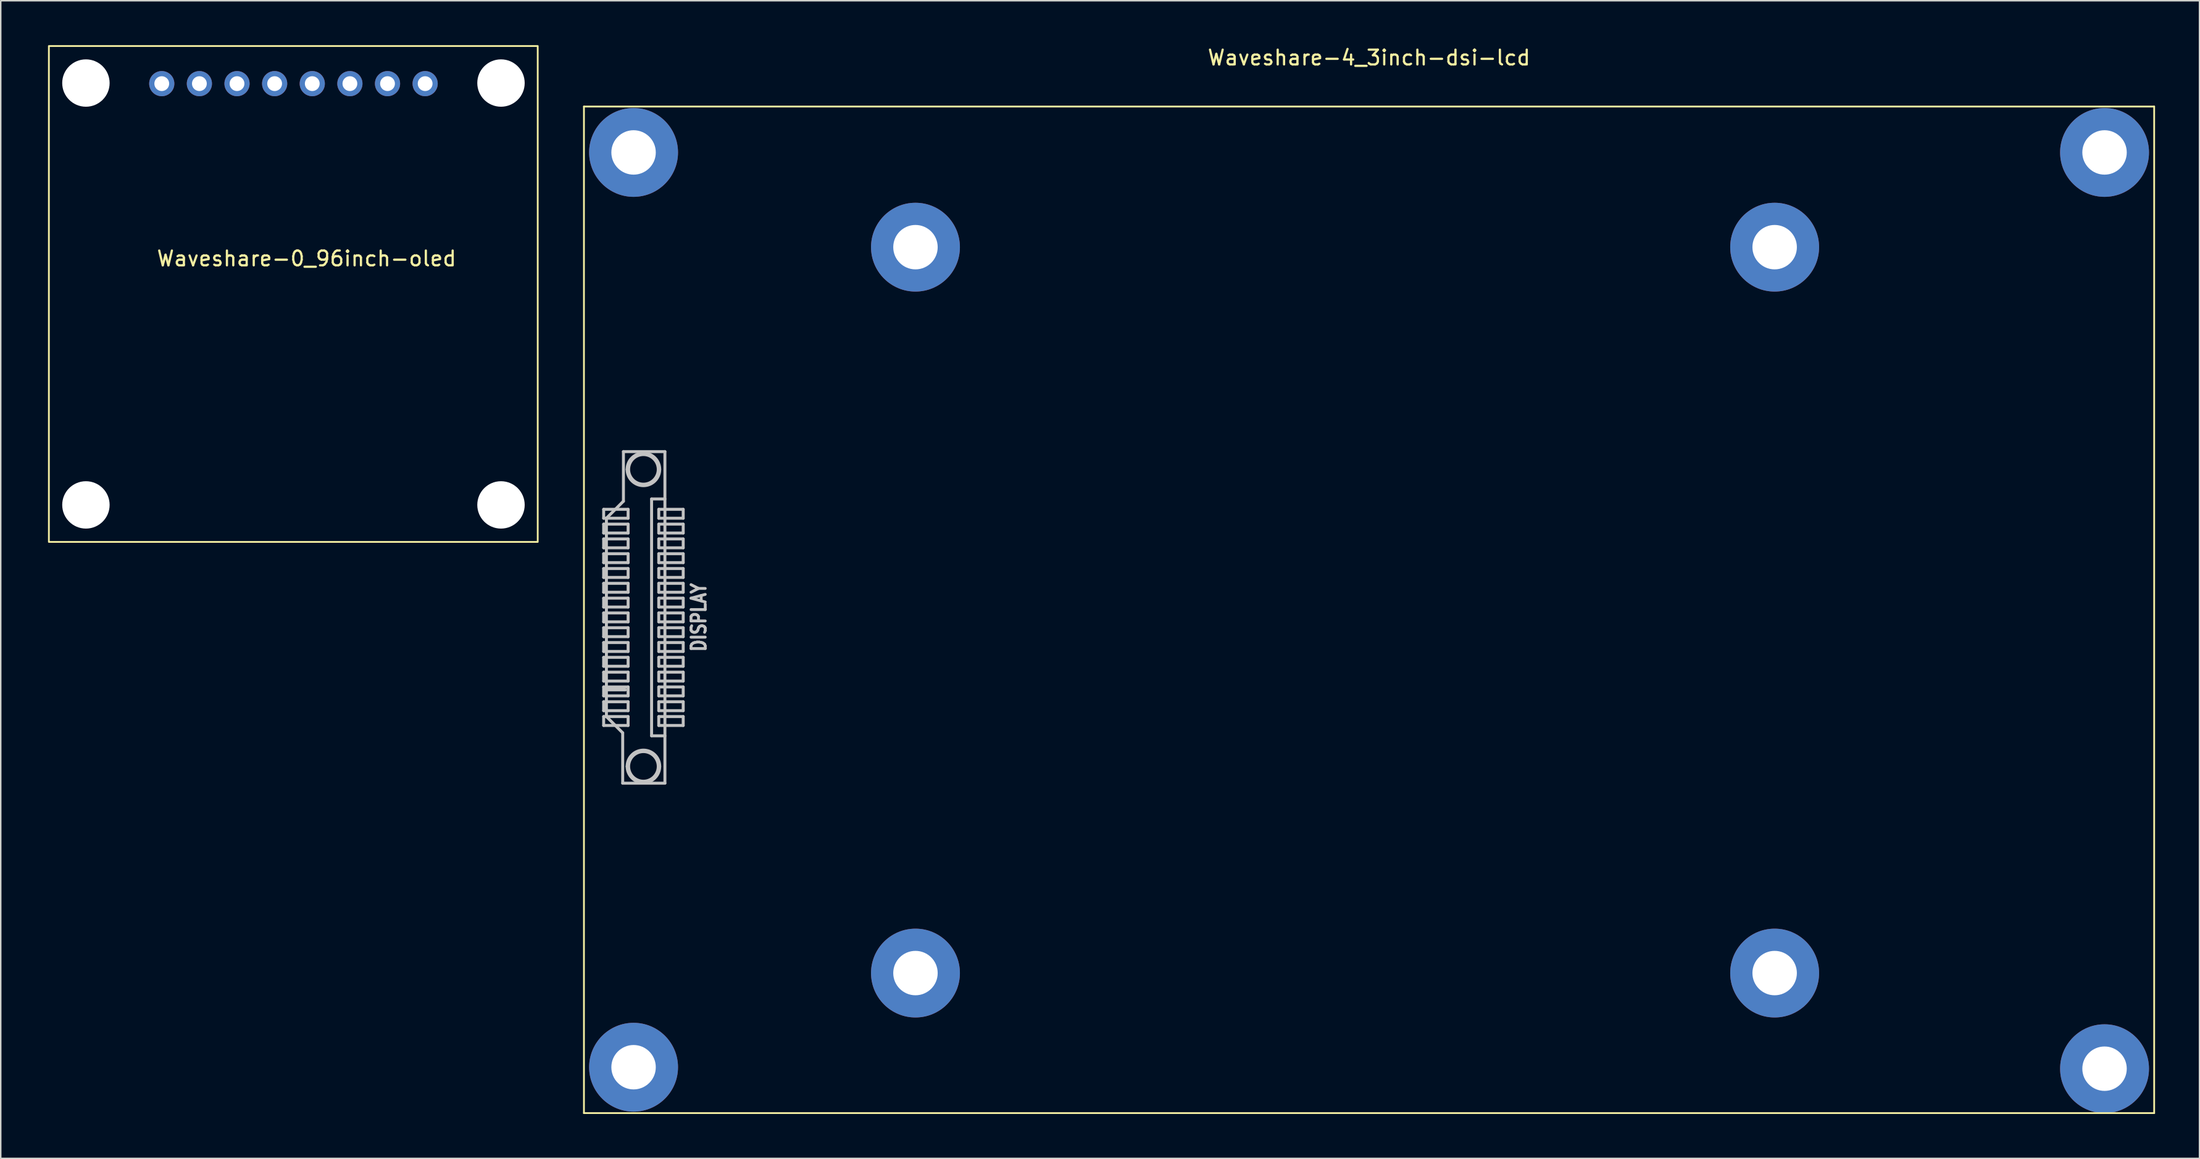
<source format=kicad_pcb>
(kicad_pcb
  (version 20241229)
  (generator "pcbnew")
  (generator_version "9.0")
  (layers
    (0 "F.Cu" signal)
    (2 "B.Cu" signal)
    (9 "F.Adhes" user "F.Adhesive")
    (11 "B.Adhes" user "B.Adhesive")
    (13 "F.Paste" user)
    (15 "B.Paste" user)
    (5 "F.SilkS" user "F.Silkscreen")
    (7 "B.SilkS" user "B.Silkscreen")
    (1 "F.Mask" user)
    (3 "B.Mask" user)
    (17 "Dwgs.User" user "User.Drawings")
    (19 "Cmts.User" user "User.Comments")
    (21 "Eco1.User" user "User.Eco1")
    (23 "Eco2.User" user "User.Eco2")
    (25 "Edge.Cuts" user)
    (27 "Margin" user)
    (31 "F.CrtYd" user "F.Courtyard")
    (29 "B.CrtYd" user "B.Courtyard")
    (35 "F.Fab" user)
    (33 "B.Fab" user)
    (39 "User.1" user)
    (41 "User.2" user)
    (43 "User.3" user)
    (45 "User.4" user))
  (footprint "Waveshare-4_3inch-dsi-lcd"
    (layer "F.Cu")
    (at 89.37 38.148)
    (property "Reference" "Waveshare-4_3inch-dsi-lcd" (at 0 -37.3 0) (layer "F.SilkS") (effects (font (size 1 1) (thickness 0.15))))
    (attr through_hole)
    (fp_line (start -53 -34) (end 53 -34) (stroke (width 0.12) (type solid)) (layer "F.SilkS"))
    (fp_line (start -53 34) (end -53 -34) (stroke (width 0.12) (type solid)) (layer "F.SilkS"))
    (fp_line (start 53 -34) (end 53 34) (stroke (width 0.12) (type solid)) (layer "F.SilkS"))
    (fp_line (start 53 34) (end -53 34) (stroke (width 0.12) (type solid)) (layer "F.SilkS"))
    (fp_line (start -51.669 -6.788) (end -51.669 -6.188) (stroke (width 0.2) (type solid)) (layer "Dwgs.User"))
    (fp_line (start -51.669 -6.188) (end -50.019 -6.188) (stroke (width 0.2) (type solid)) (layer "Dwgs.User"))
    (fp_line (start -51.669 -5.788) (end -51.669 -5.188) (stroke (width 0.2) (type solid)) (layer "Dwgs.User"))
    (fp_line (start -51.669 -5.188) (end -50.019 -5.188) (stroke (width 0.2) (type solid)) (layer "Dwgs.User"))
    (fp_line (start -51.669 -4.788) (end -51.669 -4.188) (stroke (width 0.2) (type solid)) (layer "Dwgs.User"))
    (fp_line (start -51.669 -4.188) (end -50.019 -4.188) (stroke (width 0.2) (type solid)) (layer "Dwgs.User"))
    (fp_line (start -51.669 -3.788) (end -51.669 -3.188) (stroke (width 0.2) (type solid)) (layer "Dwgs.User"))
    (fp_line (start -51.669 -3.188) (end -50.019 -3.188) (stroke (width 0.2) (type solid)) (layer "Dwgs.User"))
    (fp_line (start -51.669 -2.788) (end -51.669 -2.188) (stroke (width 0.2) (type solid)) (layer "Dwgs.User"))
    (fp_line (start -51.669 -2.188) (end -50.019 -2.188) (stroke (width 0.2) (type solid)) (layer "Dwgs.User"))
    (fp_line (start -51.669 -1.788) (end -51.669 -1.188) (stroke (width 0.2) (type solid)) (layer "Dwgs.User"))
    (fp_line (start -51.669 -1.188) (end -50.019 -1.188) (stroke (width 0.2) (type solid)) (layer "Dwgs.User"))
    (fp_line (start -51.669 -0.788) (end -51.669 -0.188) (stroke (width 0.2) (type solid)) (layer "Dwgs.User"))
    (fp_line (start -51.669 -0.188) (end -50.019 -0.188) (stroke (width 0.2) (type solid)) (layer "Dwgs.User"))
    (fp_line (start -51.669 0.212) (end -51.669 0.812) (stroke (width 0.2) (type solid)) (layer "Dwgs.User"))
    (fp_line (start -51.669 0.812) (end -50.019 0.812) (stroke (width 0.2) (type solid)) (layer "Dwgs.User"))
    (fp_line (start -51.669 1.212) (end -51.669 1.812) (stroke (width 0.2) (type solid)) (layer "Dwgs.User"))
    (fp_line (start -51.669 1.812) (end -50.019 1.812) (stroke (width 0.2) (type solid)) (layer "Dwgs.User"))
    (fp_line (start -51.669 2.212) (end -51.669 2.812) (stroke (width 0.2) (type solid)) (layer "Dwgs.User"))
    (fp_line (start -51.669 2.812) (end -50.019 2.812) (stroke (width 0.2) (type solid)) (layer "Dwgs.User"))
    (fp_line (start -51.669 3.212) (end -51.669 3.812) (stroke (width 0.2) (type solid)) (layer "Dwgs.User"))
    (fp_line (start -51.669 3.812) (end -50.019 3.812) (stroke (width 0.2) (type solid)) (layer "Dwgs.User"))
    (fp_line (start -51.669 4.212) (end -51.669 4.812) (stroke (width 0.2) (type solid)) (layer "Dwgs.User"))
    (fp_line (start -51.669 4.812) (end -50.019 4.812) (stroke (width 0.2) (type solid)) (layer "Dwgs.User"))
    (fp_line (start -51.669 5.212) (end -51.669 5.812) (stroke (width 0.2) (type solid)) (layer "Dwgs.User"))
    (fp_line (start -51.669 5.812) (end -50.019 5.812) (stroke (width 0.2) (type solid)) (layer "Dwgs.User"))
    (fp_line (start -51.669 6.212) (end -51.669 6.812) (stroke (width 0.2) (type solid)) (layer "Dwgs.User"))
    (fp_line (start -51.669 6.812) (end -50.019 6.812) (stroke (width 0.2) (type solid)) (layer "Dwgs.User"))
    (fp_line (start -51.669 7.212) (end -51.669 7.812) (stroke (width 0.2) (type solid)) (layer "Dwgs.User"))
    (fp_line (start -51.669 7.812) (end -50.019 7.812) (stroke (width 0.2) (type solid)) (layer "Dwgs.User"))
    (fp_line (start -51.549 5.407) (end -50.199 5.407) (stroke (width 0.2) (type solid)) (layer "Dwgs.User"))
    (fp_line (start -51.484 -6.188) (end -50.334 -7.338) (stroke (width 0.2) (type solid)) (layer "Dwgs.User"))
    (fp_line (start -51.484 7.212) (end -51.484 -6.188) (stroke (width 0.2) (type solid)) (layer "Dwgs.User"))
    (fp_line (start -50.384 8.312) (end -51.484 7.212) (stroke (width 0.2) (type solid)) (layer "Dwgs.User"))
    (fp_line (start -50.384 11.712) (end -50.384 8.312) (stroke (width 0.2) (type solid)) (layer "Dwgs.User"))
    (fp_line (start -50.334 -10.688) (end -47.534 -10.688) (stroke (width 0.2) (type solid)) (layer "Dwgs.User"))
    (fp_line (start -50.334 -7.338) (end -50.334 -10.688) (stroke (width 0.2) (type solid)) (layer "Dwgs.User"))
    (fp_line (start -50.019 -6.788) (end -51.669 -6.788) (stroke (width 0.2) (type solid)) (layer "Dwgs.User"))
    (fp_line (start -50.019 -6.188) (end -50.019 -6.788) (stroke (width 0.2) (type solid)) (layer "Dwgs.User"))
    (fp_line (start -50.019 -5.788) (end -51.669 -5.788) (stroke (width 0.2) (type solid)) (layer "Dwgs.User"))
    (fp_line (start -50.019 -5.188) (end -50.019 -5.788) (stroke (width 0.2) (type solid)) (layer "Dwgs.User"))
    (fp_line (start -50.019 -4.788) (end -51.669 -4.788) (stroke (width 0.2) (type solid)) (layer "Dwgs.User"))
    (fp_line (start -50.019 -4.188) (end -50.019 -4.788) (stroke (width 0.2) (type solid)) (layer "Dwgs.User"))
    (fp_line (start -50.019 -3.788) (end -51.669 -3.788) (stroke (width 0.2) (type solid)) (layer "Dwgs.User"))
    (fp_line (start -50.019 -3.188) (end -50.019 -3.788) (stroke (width 0.2) (type solid)) (layer "Dwgs.User"))
    (fp_line (start -50.019 -2.788) (end -51.669 -2.788) (stroke (width 0.2) (type solid)) (layer "Dwgs.User"))
    (fp_line (start -50.019 -2.188) (end -50.019 -2.788) (stroke (width 0.2) (type solid)) (layer "Dwgs.User"))
    (fp_line (start -50.019 -1.788) (end -51.669 -1.788) (stroke (width 0.2) (type solid)) (layer "Dwgs.User"))
    (fp_line (start -50.019 -1.188) (end -50.019 -1.788) (stroke (width 0.2) (type solid)) (layer "Dwgs.User"))
    (fp_line (start -50.019 -0.788) (end -51.669 -0.788) (stroke (width 0.2) (type solid)) (layer "Dwgs.User"))
    (fp_line (start -50.019 -0.188) (end -50.019 -0.788) (stroke (width 0.2) (type solid)) (layer "Dwgs.User"))
    (fp_line (start -50.019 0.212) (end -51.669 0.212) (stroke (width 0.2) (type solid)) (layer "Dwgs.User"))
    (fp_line (start -50.019 0.812) (end -50.019 0.212) (stroke (width 0.2) (type solid)) (layer "Dwgs.User"))
    (fp_line (start -50.019 1.212) (end -51.669 1.212) (stroke (width 0.2) (type solid)) (layer "Dwgs.User"))
    (fp_line (start -50.019 1.812) (end -50.019 1.212) (stroke (width 0.2) (type solid)) (layer "Dwgs.User"))
    (fp_line (start -50.019 2.212) (end -51.669 2.212) (stroke (width 0.2) (type solid)) (layer "Dwgs.User"))
    (fp_line (start -50.019 2.812) (end -50.019 2.212) (stroke (width 0.2) (type solid)) (layer "Dwgs.User"))
    (fp_line (start -50.019 3.212) (end -51.669 3.212) (stroke (width 0.2) (type solid)) (layer "Dwgs.User"))
    (fp_line (start -50.019 3.812) (end -50.019 3.212) (stroke (width 0.2) (type solid)) (layer "Dwgs.User"))
    (fp_line (start -50.019 4.212) (end -51.669 4.212) (stroke (width 0.2) (type solid)) (layer "Dwgs.User"))
    (fp_line (start -50.019 4.812) (end -50.019 4.212) (stroke (width 0.2) (type solid)) (layer "Dwgs.User"))
    (fp_line (start -50.019 5.212) (end -51.669 5.212) (stroke (width 0.2) (type solid)) (layer "Dwgs.User"))
    (fp_line (start -50.019 5.812) (end -50.019 5.212) (stroke (width 0.2) (type solid)) (layer "Dwgs.User"))
    (fp_line (start -50.019 6.212) (end -51.669 6.212) (stroke (width 0.2) (type solid)) (layer "Dwgs.User"))
    (fp_line (start -50.019 6.812) (end -50.019 6.212) (stroke (width 0.2) (type solid)) (layer "Dwgs.User"))
    (fp_line (start -50.019 7.212) (end -51.669 7.212) (stroke (width 0.2) (type solid)) (layer "Dwgs.User"))
    (fp_line (start -50.019 7.812) (end -50.019 7.212) (stroke (width 0.2) (type solid)) (layer "Dwgs.User"))
    (fp_line (start -48.434 -7.488) (end -47.534 -7.488) (stroke (width 0.2) (type solid)) (layer "Dwgs.User"))
    (fp_line (start -48.434 8.512) (end -48.434 -7.488) (stroke (width 0.2) (type solid)) (layer "Dwgs.User"))
    (fp_line (start -47.949 -6.788) (end -47.949 -6.188) (stroke (width 0.2) (type solid)) (layer "Dwgs.User"))
    (fp_line (start -47.949 -6.188) (end -46.299 -6.188) (stroke (width 0.2) (type solid)) (layer "Dwgs.User"))
    (fp_line (start -47.949 -5.788) (end -47.949 -5.188) (stroke (width 0.2) (type solid)) (layer "Dwgs.User"))
    (fp_line (start -47.949 -5.188) (end -46.299 -5.188) (stroke (width 0.2) (type solid)) (layer "Dwgs.User"))
    (fp_line (start -47.949 -4.788) (end -47.949 -4.188) (stroke (width 0.2) (type solid)) (layer "Dwgs.User"))
    (fp_line (start -47.949 -4.188) (end -46.299 -4.188) (stroke (width 0.2) (type solid)) (layer "Dwgs.User"))
    (fp_line (start -47.949 -3.788) (end -47.949 -3.188) (stroke (width 0.2) (type solid)) (layer "Dwgs.User"))
    (fp_line (start -47.949 -3.188) (end -46.299 -3.188) (stroke (width 0.2) (type solid)) (layer "Dwgs.User"))
    (fp_line (start -47.949 -2.788) (end -47.949 -2.188) (stroke (width 0.2) (type solid)) (layer "Dwgs.User"))
    (fp_line (start -47.949 -2.188) (end -46.299 -2.188) (stroke (width 0.2) (type solid)) (layer "Dwgs.User"))
    (fp_line (start -47.949 -1.788) (end -47.949 -1.188) (stroke (width 0.2) (type solid)) (layer "Dwgs.User"))
    (fp_line (start -47.949 -1.188) (end -46.299 -1.188) (stroke (width 0.2) (type solid)) (layer "Dwgs.User"))
    (fp_line (start -47.949 -0.788) (end -47.949 -0.188) (stroke (width 0.2) (type solid)) (layer "Dwgs.User"))
    (fp_line (start -47.949 -0.188) (end -46.299 -0.188) (stroke (width 0.2) (type solid)) (layer "Dwgs.User"))
    (fp_line (start -47.949 0.212) (end -47.949 0.812) (stroke (width 0.2) (type solid)) (layer "Dwgs.User"))
    (fp_line (start -47.949 0.812) (end -46.299 0.812) (stroke (width 0.2) (type solid)) (layer "Dwgs.User"))
    (fp_line (start -47.949 1.212) (end -47.949 1.812) (stroke (width 0.2) (type solid)) (layer "Dwgs.User"))
    (fp_line (start -47.949 1.812) (end -46.299 1.812) (stroke (width 0.2) (type solid)) (layer "Dwgs.User"))
    (fp_line (start -47.949 2.212) (end -47.949 2.812) (stroke (width 0.2) (type solid)) (layer "Dwgs.User"))
    (fp_line (start -47.949 2.812) (end -46.299 2.812) (stroke (width 0.2) (type solid)) (layer "Dwgs.User"))
    (fp_line (start -47.949 3.212) (end -47.949 3.812) (stroke (width 0.2) (type solid)) (layer "Dwgs.User"))
    (fp_line (start -47.949 3.812) (end -46.299 3.812) (stroke (width 0.2) (type solid)) (layer "Dwgs.User"))
    (fp_line (start -47.949 4.212) (end -47.949 4.812) (stroke (width 0.2) (type solid)) (layer "Dwgs.User"))
    (fp_line (start -47.949 4.812) (end -46.299 4.812) (stroke (width 0.2) (type solid)) (layer "Dwgs.User"))
    (fp_line (start -47.949 5.212) (end -47.949 5.812) (stroke (width 0.2) (type solid)) (layer "Dwgs.User"))
    (fp_line (start -47.949 5.812) (end -46.299 5.812) (stroke (width 0.2) (type solid)) (layer "Dwgs.User"))
    (fp_line (start -47.949 6.212) (end -47.949 6.812) (stroke (width 0.2) (type solid)) (layer "Dwgs.User"))
    (fp_line (start -47.949 6.812) (end -46.299 6.812) (stroke (width 0.2) (type solid)) (layer "Dwgs.User"))
    (fp_line (start -47.949 7.212) (end -47.949 7.812) (stroke (width 0.2) (type solid)) (layer "Dwgs.User"))
    (fp_line (start -47.949 7.812) (end -46.299 7.812) (stroke (width 0.2) (type solid)) (layer "Dwgs.User"))
    (fp_line (start -47.534 -10.688) (end -47.534 11.712) (stroke (width 0.2) (type solid)) (layer "Dwgs.User"))
    (fp_line (start -47.534 8.512) (end -48.434 8.512) (stroke (width 0.2) (type solid)) (layer "Dwgs.User"))
    (fp_line (start -47.534 11.712) (end -50.384 11.712) (stroke (width 0.2) (type solid)) (layer "Dwgs.User"))
    (fp_line (start -46.299 -6.788) (end -47.949 -6.788) (stroke (width 0.2) (type solid)) (layer "Dwgs.User"))
    (fp_line (start -46.299 -6.188) (end -46.299 -6.788) (stroke (width 0.2) (type solid)) (layer "Dwgs.User"))
    (fp_line (start -46.299 -5.788) (end -47.949 -5.788) (stroke (width 0.2) (type solid)) (layer "Dwgs.User"))
    (fp_line (start -46.299 -5.188) (end -46.299 -5.788) (stroke (width 0.2) (type solid)) (layer "Dwgs.User"))
    (fp_line (start -46.299 -4.788) (end -47.949 -4.788) (stroke (width 0.2) (type solid)) (layer "Dwgs.User"))
    (fp_line (start -46.299 -4.188) (end -46.299 -4.788) (stroke (width 0.2) (type solid)) (layer "Dwgs.User"))
    (fp_line (start -46.299 -3.788) (end -47.949 -3.788) (stroke (width 0.2) (type solid)) (layer "Dwgs.User"))
    (fp_line (start -46.299 -3.188) (end -46.299 -3.788) (stroke (width 0.2) (type solid)) (layer "Dwgs.User"))
    (fp_line (start -46.299 -2.788) (end -47.949 -2.788) (stroke (width 0.2) (type solid)) (layer "Dwgs.User"))
    (fp_line (start -46.299 -2.188) (end -46.299 -2.788) (stroke (width 0.2) (type solid)) (layer "Dwgs.User"))
    (fp_line (start -46.299 -1.788) (end -47.949 -1.788) (stroke (width 0.2) (type solid)) (layer "Dwgs.User"))
    (fp_line (start -46.299 -1.188) (end -46.299 -1.788) (stroke (width 0.2) (type solid)) (layer "Dwgs.User"))
    (fp_line (start -46.299 -0.788) (end -47.949 -0.788) (stroke (width 0.2) (type solid)) (layer "Dwgs.User"))
    (fp_line (start -46.299 -0.188) (end -46.299 -0.788) (stroke (width 0.2) (type solid)) (layer "Dwgs.User"))
    (fp_line (start -46.299 0.212) (end -47.949 0.212) (stroke (width 0.2) (type solid)) (layer "Dwgs.User"))
    (fp_line (start -46.299 0.812) (end -46.299 0.212) (stroke (width 0.2) (type solid)) (layer "Dwgs.User"))
    (fp_line (start -46.299 1.212) (end -47.949 1.212) (stroke (width 0.2) (type solid)) (layer "Dwgs.User"))
    (fp_line (start -46.299 1.812) (end -46.299 1.212) (stroke (width 0.2) (type solid)) (layer "Dwgs.User"))
    (fp_line (start -46.299 2.212) (end -47.949 2.212) (stroke (width 0.2) (type solid)) (layer "Dwgs.User"))
    (fp_line (start -46.299 2.812) (end -46.299 2.212) (stroke (width 0.2) (type solid)) (layer "Dwgs.User"))
    (fp_line (start -46.299 3.212) (end -47.949 3.212) (stroke (width 0.2) (type solid)) (layer "Dwgs.User"))
    (fp_line (start -46.299 3.812) (end -46.299 3.212) (stroke (width 0.2) (type solid)) (layer "Dwgs.User"))
    (fp_line (start -46.299 4.212) (end -47.949 4.212) (stroke (width 0.2) (type solid)) (layer "Dwgs.User"))
    (fp_line (start -46.299 4.812) (end -46.299 4.212) (stroke (width 0.2) (type solid)) (layer "Dwgs.User"))
    (fp_line (start -46.299 5.212) (end -47.949 5.212) (stroke (width 0.2) (type solid)) (layer "Dwgs.User"))
    (fp_line (start -46.299 5.812) (end -46.299 5.212) (stroke (width 0.2) (type solid)) (layer "Dwgs.User"))
    (fp_line (start -46.299 6.212) (end -47.949 6.212) (stroke (width 0.2) (type solid)) (layer "Dwgs.User"))
    (fp_line (start -46.299 6.812) (end -46.299 6.212) (stroke (width 0.2) (type solid)) (layer "Dwgs.User"))
    (fp_line (start -46.299 7.212) (end -47.949 7.212) (stroke (width 0.2) (type solid)) (layer "Dwgs.User"))
    (fp_line (start -46.299 7.812) (end -46.299 7.212) (stroke (width 0.2) (type solid)) (layer "Dwgs.User"))
    (fp_arc (start -50.084312 -9.487917) (mid -48.984312 -10.587917) (end -47.884312 -9.487917) (stroke (width 0.2) (type solid)) (layer "Dwgs.User"))
    (fp_arc (start -50.084312 10.578083) (mid -48.984312 9.478083) (end -47.884312 10.578083) (stroke (width 0.2) (type solid)) (layer "Dwgs.User"))
    (fp_arc (start -47.884312 -9.487917) (mid -48.984312 -8.387917) (end -50.084312 -9.487917) (stroke (width 0.2) (type solid)) (layer "Dwgs.User"))
    (fp_arc (start -47.884312 10.578083) (mid -48.984312 11.678083) (end -50.084312 10.578083) (stroke (width 0.2) (type solid)) (layer "Dwgs.User"))
    (fp_circle (center -48.984 -9.488) (end -47.984 -9.488) (stroke (width 0.2) (type solid)) (fill no) (layer "Dwgs.User"))
    (fp_circle (center -48.984 10.578) (end -47.984 10.578) (stroke (width 0.2) (type solid)) (fill no) (layer "Dwgs.User"))
    (fp_text user "DISPLAY" (at -44.684 0.512 270) (layer "Dwgs.User") (effects (font (size 0.96 0.768) (thickness 0.2)) (justify bottom)))
    (pad "" thru_hole circle (at -49.65 -30.9) (size 6 6) (drill 3) (layers "*.Cu" "*.Mask"))
    (pad "" thru_hole circle (at -49.65 30.9) (size 6 6) (drill 3) (layers "*.Cu" "*.Mask"))
    (pad "" thru_hole circle (at -30.62 -24.5) (size 6 6) (drill 3) (layers "*.Cu" "*.Mask"))
    (pad "" thru_hole circle (at -30.62 24.54) (size 6 6) (drill 3) (layers "*.Cu" "*.Mask"))
    (pad "" thru_hole circle (at 27.38 -24.5) (size 6 6) (drill 3) (layers "*.Cu" "*.Mask"))
    (pad "" thru_hole circle (at 27.38 24.54) (size 6 6) (drill 3) (layers "*.Cu" "*.Mask"))
    (pad "" thru_hole circle (at 49.65 -30.9) (size 6 6) (drill 3) (layers "*.Cu" "*.Mask"))
    (pad "" thru_hole circle (at 49.65 31) (size 6 6) (drill 3) (layers "*.Cu" "*.Mask")))
  (footprint "Waveshare-0_96inch-oled"
    (layer "F.Cu")
    (at 0.25 33.56)
    (property "Reference" "Waveshare-0_96inch-oled" (at 17.4 -19.14 0) (unlocked yes) (layer "F.SilkS") (effects (font (size 1 1) (thickness 0.15))))
    (attr through_hole)
    (fp_rect (start 0 0) (end 33 -33.5) (stroke (width 0.12) (type solid)) (fill no) (layer "F.SilkS"))
    (pad "" np_thru_hole circle (at 2.5 -31 90) (size 3.2 3.2) (drill 3.2) (layers "*.Cu" "*.Mask"))
    (pad "" np_thru_hole circle (at 2.5 -2.5 90) (size 3.2 3.2) (drill 3.2) (layers "*.Cu" "*.Mask"))
    (pad "" np_thru_hole circle (at 30.52 -31 90) (size 3.2 3.2) (drill 3.2) (layers "*.Cu" "*.Mask"))
    (pad "" np_thru_hole circle (at 30.52 -2.5 90) (size 3.2 3.2) (drill 3.2) (layers "*.Cu" "*.Mask"))
    (pad "1" thru_hole circle (at 7.62 -30.96 90) (size 1.7 1.7) (drill 1) (layers "*.Cu" "*.Mask"))
    (pad "2" thru_hole circle (at 10.16 -30.96 90) (size 1.7 1.7) (drill 1) (layers "*.Cu" "*.Mask"))
    (pad "3" thru_hole circle (at 12.7 -30.96 90) (size 1.7 1.7) (drill 1) (layers "*.Cu" "*.Mask"))
    (pad "4" thru_hole circle (at 15.24 -30.96 90) (size 1.7 1.7) (drill 1) (layers "*.Cu" "*.Mask"))
    (pad "5" thru_hole circle (at 17.78 -30.96 90) (size 1.7 1.7) (drill 1) (layers "*.Cu" "*.Mask"))
    (pad "6" thru_hole circle (at 20.32 -30.96 90) (size 1.7 1.7) (drill 1) (layers "*.Cu" "*.Mask"))
    (pad "7" thru_hole circle (at 22.86 -30.96 90) (size 1.7 1.7) (drill 1) (layers "*.Cu" "*.Mask"))
    (pad "8" thru_hole circle (at 25.4 -30.96 90) (size 1.7 1.7) (drill 1) (layers "*.Cu" "*.Mask")))
  (gr_rect
    (start -3 -3)
    (end 145.43 75.208)
    (stroke (width 0.1) (type default))
    (fill no)
    (layer "Edge.Cuts")))
</source>
